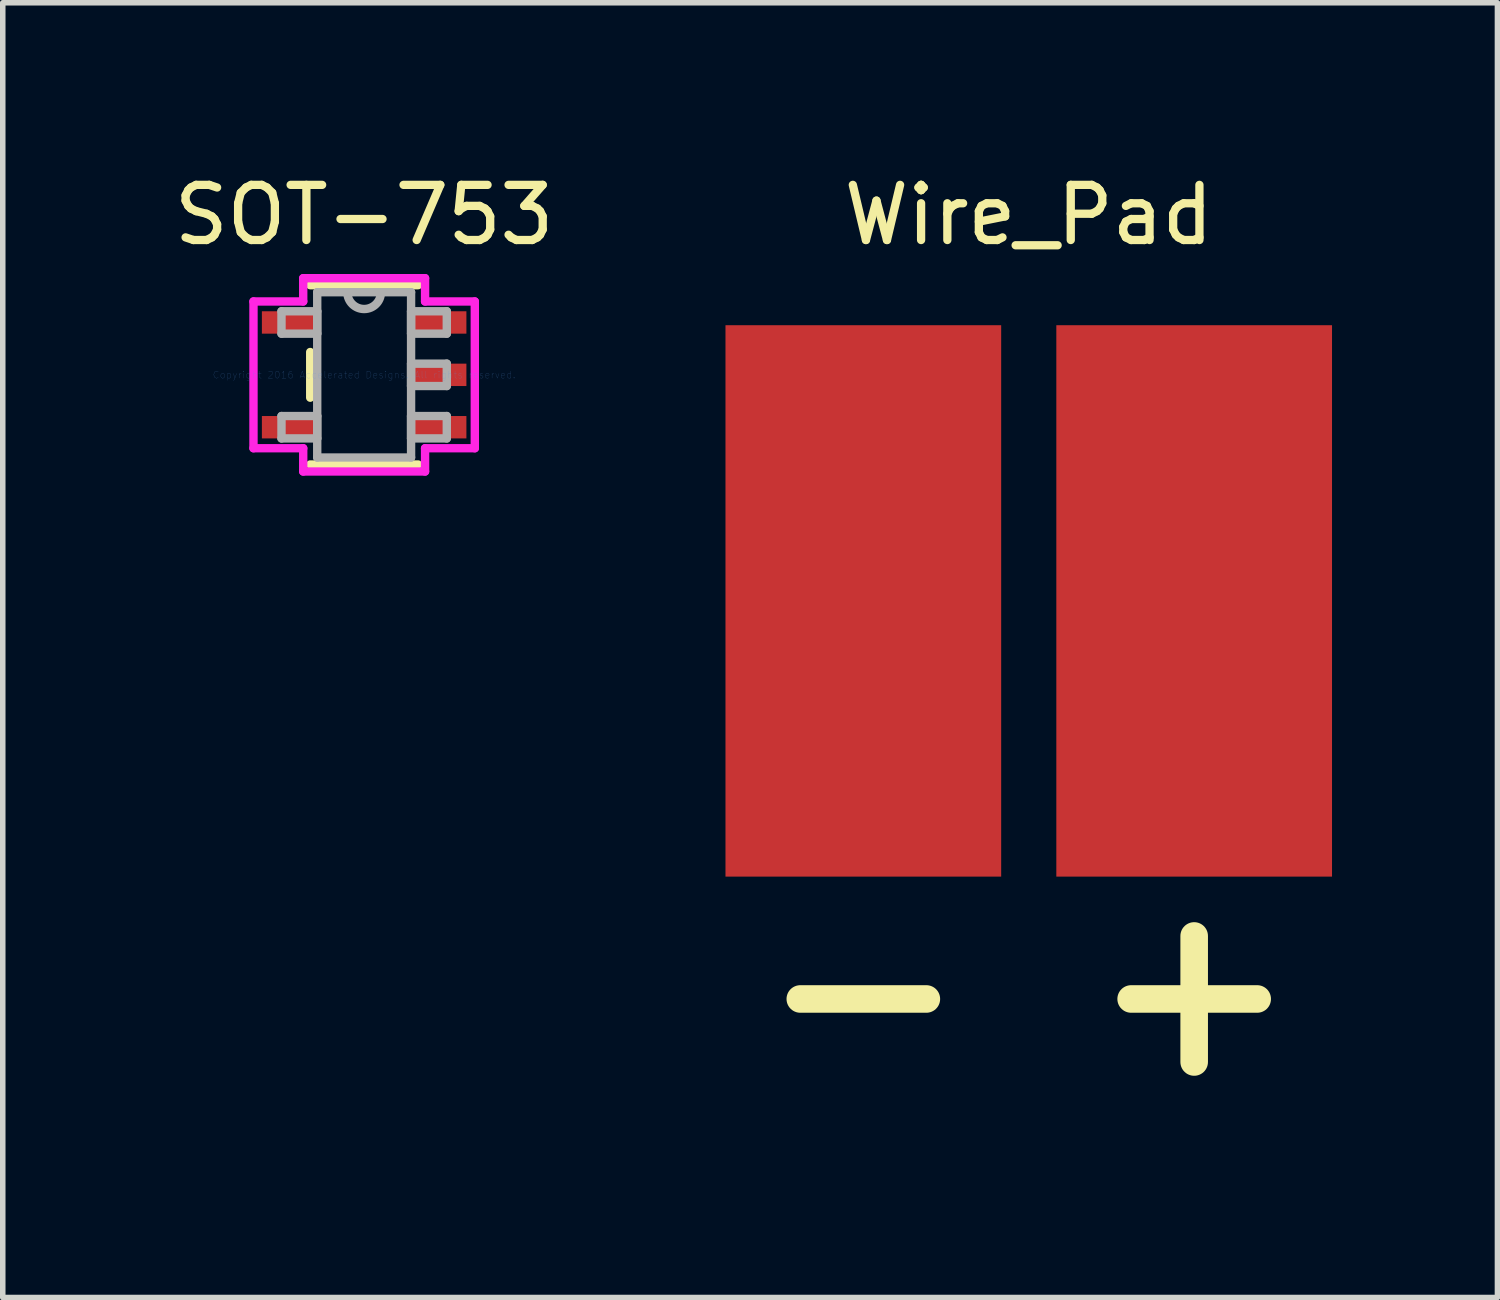
<source format=kicad_pcb>
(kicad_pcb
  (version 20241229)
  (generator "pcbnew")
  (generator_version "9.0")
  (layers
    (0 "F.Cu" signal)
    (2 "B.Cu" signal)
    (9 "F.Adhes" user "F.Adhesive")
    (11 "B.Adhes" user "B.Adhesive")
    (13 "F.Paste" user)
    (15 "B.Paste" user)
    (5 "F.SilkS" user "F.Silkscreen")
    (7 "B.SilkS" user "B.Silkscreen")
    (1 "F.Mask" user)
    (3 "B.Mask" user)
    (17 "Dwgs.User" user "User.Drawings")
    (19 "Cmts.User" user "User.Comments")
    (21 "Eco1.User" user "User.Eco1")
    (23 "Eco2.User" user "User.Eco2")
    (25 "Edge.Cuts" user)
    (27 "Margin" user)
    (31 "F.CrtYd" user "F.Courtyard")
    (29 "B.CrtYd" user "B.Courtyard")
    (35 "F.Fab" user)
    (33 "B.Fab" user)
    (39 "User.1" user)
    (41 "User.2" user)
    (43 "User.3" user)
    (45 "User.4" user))
  (footprint "SOT-753"
    (layer "F.Cu")
    (at 3.554 3.748)
    (property "Reference" "SOT-753" (at 0 -2.9 0) (layer "F.SilkS") (effects (font (size 1 1) (thickness 0.15))))
    (attr through_hole)
    (fp_line (start -0.978 -0.414) (end -0.978 0.414) (stroke (width 0.152) (type solid)) (layer "F.SilkS"))
    (fp_line (start -0.978 1.626) (end 0.978 1.626) (stroke (width 0.152) (type solid)) (layer "F.SilkS"))
    (fp_line (start 0.978 -1.626) (end -0.978 -1.626) (stroke (width 0.152) (type solid)) (layer "F.SilkS"))
    (fp_line (start -2.007 -1.331) (end -1.105 -1.331) (stroke (width 0.152) (type solid)) (layer "F.CrtYd"))
    (fp_line (start -2.007 1.331) (end -2.007 -1.331) (stroke (width 0.152) (type solid)) (layer "F.CrtYd"))
    (fp_line (start -1.105 -1.753) (end 1.105 -1.753) (stroke (width 0.152) (type solid)) (layer "F.CrtYd"))
    (fp_line (start -1.105 -1.331) (end -1.105 -1.753) (stroke (width 0.152) (type solid)) (layer "F.CrtYd"))
    (fp_line (start -1.105 1.331) (end -2.007 1.331) (stroke (width 0.152) (type solid)) (layer "F.CrtYd"))
    (fp_line (start -1.105 1.753) (end -1.105 1.331) (stroke (width 0.152) (type solid)) (layer "F.CrtYd"))
    (fp_line (start 1.105 -1.753) (end 1.105 -1.331) (stroke (width 0.152) (type solid)) (layer "F.CrtYd"))
    (fp_line (start 1.105 -1.331) (end 2.007 -1.331) (stroke (width 0.152) (type solid)) (layer "F.CrtYd"))
    (fp_line (start 1.105 1.331) (end 1.105 1.753) (stroke (width 0.152) (type solid)) (layer "F.CrtYd"))
    (fp_line (start 1.105 1.753) (end -1.105 1.753) (stroke (width 0.152) (type solid)) (layer "F.CrtYd"))
    (fp_line (start 2.007 -1.331) (end 2.007 1.331) (stroke (width 0.152) (type solid)) (layer "F.CrtYd"))
    (fp_line (start 2.007 1.331) (end 1.105 1.331) (stroke (width 0.152) (type solid)) (layer "F.CrtYd"))
    (fp_line (start -1.499 -1.153) (end -1.499 -0.747) (stroke (width 0.152) (type solid)) (layer "F.Fab"))
    (fp_line (start -1.499 -0.747) (end -0.851 -0.747) (stroke (width 0.152) (type solid)) (layer "F.Fab"))
    (fp_line (start -1.499 0.747) (end -1.499 1.153) (stroke (width 0.152) (type solid)) (layer "F.Fab"))
    (fp_line (start -1.499 1.153) (end -0.851 1.153) (stroke (width 0.152) (type solid)) (layer "F.Fab"))
    (fp_line (start -0.851 -1.499) (end -0.851 1.499) (stroke (width 0.152) (type solid)) (layer "F.Fab"))
    (fp_line (start -0.851 -1.153) (end -1.499 -1.153) (stroke (width 0.152) (type solid)) (layer "F.Fab"))
    (fp_line (start -0.851 -0.747) (end -0.851 -1.153) (stroke (width 0.152) (type solid)) (layer "F.Fab"))
    (fp_line (start -0.851 0.747) (end -1.499 0.747) (stroke (width 0.152) (type solid)) (layer "F.Fab"))
    (fp_line (start -0.851 1.153) (end -0.851 0.747) (stroke (width 0.152) (type solid)) (layer "F.Fab"))
    (fp_line (start -0.851 1.499) (end 0.851 1.499) (stroke (width 0.152) (type solid)) (layer "F.Fab"))
    (fp_line (start 0.851 -1.499) (end -0.851 -1.499) (stroke (width 0.152) (type solid)) (layer "F.Fab"))
    (fp_line (start 0.851 -1.153) (end 0.851 -0.747) (stroke (width 0.152) (type solid)) (layer "F.Fab"))
    (fp_line (start 0.851 -0.747) (end 1.499 -0.747) (stroke (width 0.152) (type solid)) (layer "F.Fab"))
    (fp_line (start 0.851 -0.203) (end 0.851 0.203) (stroke (width 0.152) (type solid)) (layer "F.Fab"))
    (fp_line (start 0.851 0.203) (end 1.499 0.203) (stroke (width 0.152) (type solid)) (layer "F.Fab"))
    (fp_line (start 0.851 0.747) (end 0.851 1.153) (stroke (width 0.152) (type solid)) (layer "F.Fab"))
    (fp_line (start 0.851 1.153) (end 1.499 1.153) (stroke (width 0.152) (type solid)) (layer "F.Fab"))
    (fp_line (start 0.851 1.499) (end 0.851 -1.499) (stroke (width 0.152) (type solid)) (layer "F.Fab"))
    (fp_line (start 1.499 -1.153) (end 0.851 -1.153) (stroke (width 0.152) (type solid)) (layer "F.Fab"))
    (fp_line (start 1.499 -0.747) (end 1.499 -1.153) (stroke (width 0.152) (type solid)) (layer "F.Fab"))
    (fp_line (start 1.499 -0.203) (end 0.851 -0.203) (stroke (width 0.152) (type solid)) (layer "F.Fab"))
    (fp_line (start 1.499 0.203) (end 1.499 -0.203) (stroke (width 0.152) (type solid)) (layer "F.Fab"))
    (fp_line (start 1.499 0.747) (end 0.851 0.747) (stroke (width 0.152) (type solid)) (layer "F.Fab"))
    (fp_line (start 1.499 1.153) (end 1.499 0.747) (stroke (width 0.152) (type solid)) (layer "F.Fab"))
    (fp_arc (start 0.3048 -1.4986) (mid 0 -1.1938) (end -0.3048 -1.4986) (stroke (width 0.1524) (type solid)) (layer "F.Fab"))
    (fp_text user "Copyright 2016 Accelerated Designs. All rights reserved." (at 0 0 0) (layer "Cmts.User") (effects (font (size 0.127 0.127) (thickness 0.002))))
    (pad "1" smd rect (at -1.353 -0.95) (size 1.003 0.406) (layers "F.Cu" "F.Mask" "F.Paste"))
    (pad "2" smd rect (at -1.353 0.95) (size 1.003 0.406) (layers "F.Cu" "F.Mask" "F.Paste"))
    (pad "3" smd rect (at 1.353 0.95) (size 1.003 0.406) (layers "F.Cu" "F.Mask" "F.Paste"))
    (pad "4" smd rect (at 1.353 0) (size 1.003 0.406) (layers "F.Cu" "F.Mask" "F.Paste"))
    (pad "5" smd rect (at 1.353 -0.95) (size 1.003 0.406) (layers "F.Cu" "F.Mask" "F.Paste")))
  (footprint "Wire_Pad"
    (layer "F.Cu")
    (at 15.607 2.848)
    (property "Reference" "Wire_Pad" (at 0 -2 0) (layer "F.SilkS") (effects (font (size 1 1) (thickness 0.15))))
    (attr through_hole)
    (fp_text user "+" (at 3 12 0) (layer "F.SilkS") (effects (font (size 3 3) (thickness 0.5))))
    (fp_text user "-" (at -3 12 0) (layer "F.SilkS") (effects (font (size 3 3) (thickness 0.5))))
    (pad "1" smd rect (at -3 5) (size 5 10) (layers "F.Cu" "F.Mask" "F.Paste"))
    (pad "2" smd rect (at 3 5) (size 5 10) (layers "F.Cu" "F.Mask" "F.Paste")))
  (gr_rect
    (start -3 -3)
    (end 24.107 20.481)
    (stroke (width 0.1) (type default))
    (fill no)
    (layer "Edge.Cuts")))
</source>
